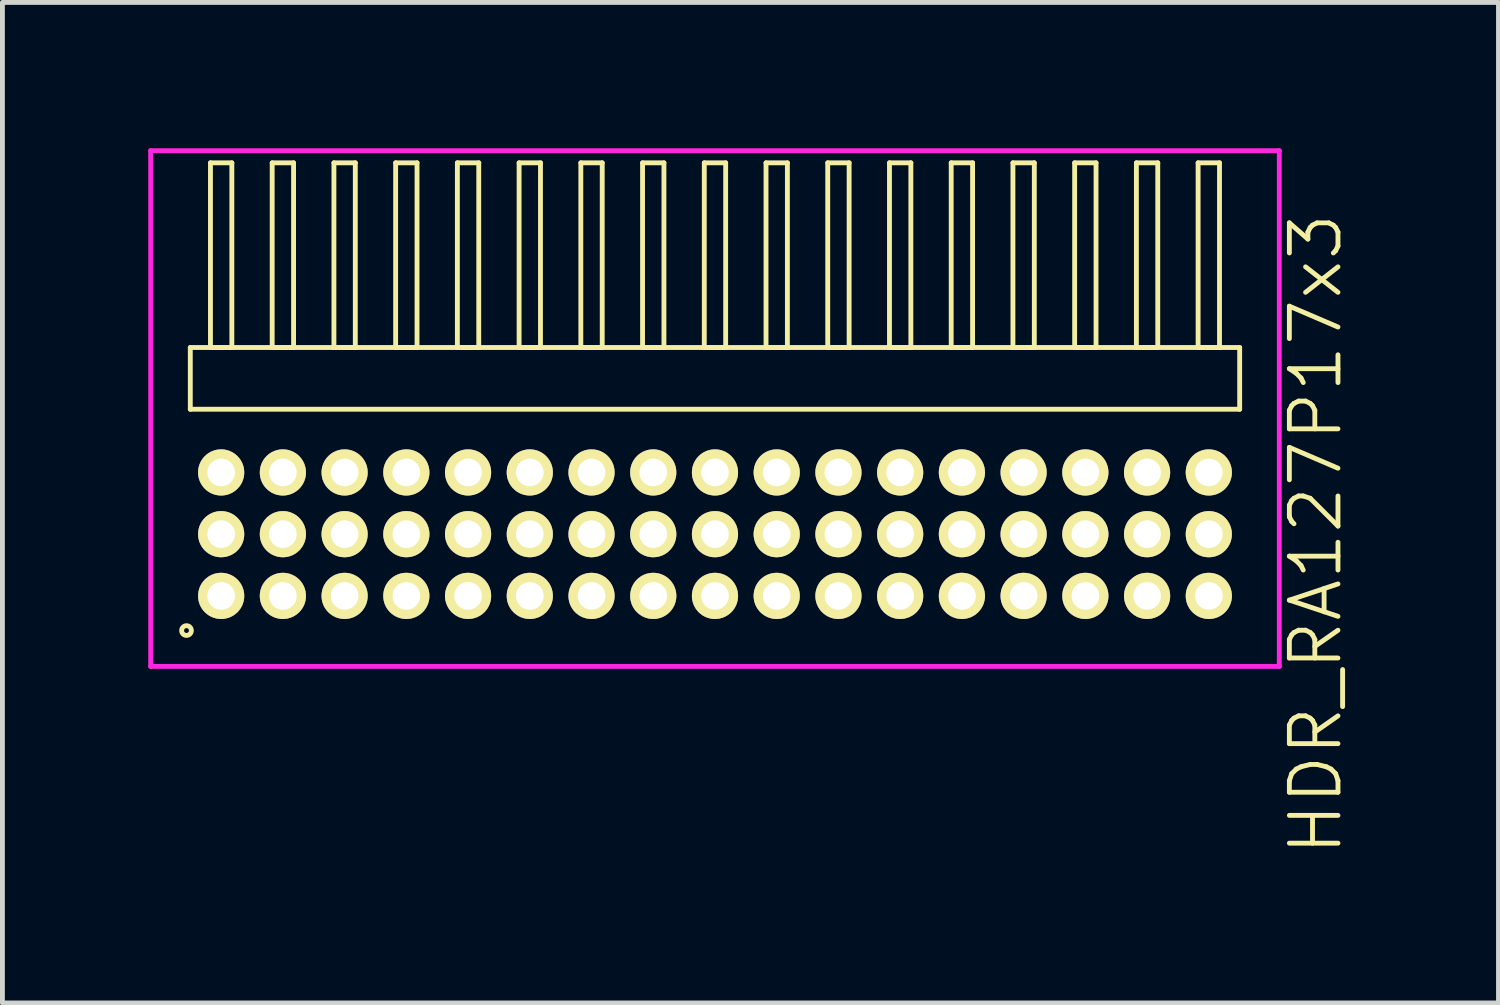
<source format=kicad_pcb>
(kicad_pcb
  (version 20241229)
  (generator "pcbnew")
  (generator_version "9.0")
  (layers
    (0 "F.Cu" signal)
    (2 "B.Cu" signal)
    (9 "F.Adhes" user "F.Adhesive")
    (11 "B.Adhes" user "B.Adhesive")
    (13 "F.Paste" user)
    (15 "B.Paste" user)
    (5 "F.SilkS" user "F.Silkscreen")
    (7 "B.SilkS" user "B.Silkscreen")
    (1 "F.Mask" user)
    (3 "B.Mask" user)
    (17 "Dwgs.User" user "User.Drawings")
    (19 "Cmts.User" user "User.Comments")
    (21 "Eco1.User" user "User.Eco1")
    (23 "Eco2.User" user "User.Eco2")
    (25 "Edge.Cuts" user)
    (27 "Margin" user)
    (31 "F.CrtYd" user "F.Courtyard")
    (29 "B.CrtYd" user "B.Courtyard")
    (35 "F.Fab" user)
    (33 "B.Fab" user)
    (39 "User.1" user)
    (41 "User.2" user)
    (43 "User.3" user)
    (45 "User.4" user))
  (footprint "HDR_RA127P17x3"
    (layer "F.Cu")
    (at 11.66 7.94)
    (property "Reference" "HDR_RA127P17x3" (at 12.36 0 90) (layer "F.SilkS") (effects (font (size 1 1) (thickness 0.1))))
    (attr through_hole)
    (fp_line (start -10.795 -3.84) (end -10.795 -2.57) (stroke (width 0.1) (type solid)) (layer "F.SilkS"))
    (fp_line (start -10.795 -2.57) (end 10.795 -2.57) (stroke (width 0.1) (type solid)) (layer "F.SilkS"))
    (fp_line (start -10.38 -7.64) (end -10.38 -3.84) (stroke (width 0.1) (type solid)) (layer "F.SilkS"))
    (fp_line (start -10.38 -3.84) (end -9.94 -3.84) (stroke (width 0.1) (type solid)) (layer "F.SilkS"))
    (fp_line (start -9.94 -7.64) (end -10.38 -7.64) (stroke (width 0.1) (type solid)) (layer "F.SilkS"))
    (fp_line (start -9.94 -3.84) (end -9.94 -7.64) (stroke (width 0.1) (type solid)) (layer "F.SilkS"))
    (fp_line (start -9.11 -7.64) (end -9.11 -3.84) (stroke (width 0.1) (type solid)) (layer "F.SilkS"))
    (fp_line (start -9.11 -3.84) (end -8.67 -3.84) (stroke (width 0.1) (type solid)) (layer "F.SilkS"))
    (fp_line (start -8.67 -7.64) (end -9.11 -7.64) (stroke (width 0.1) (type solid)) (layer "F.SilkS"))
    (fp_line (start -8.67 -3.84) (end -8.67 -7.64) (stroke (width 0.1) (type solid)) (layer "F.SilkS"))
    (fp_line (start -7.84 -7.64) (end -7.84 -3.84) (stroke (width 0.1) (type solid)) (layer "F.SilkS"))
    (fp_line (start -7.84 -3.84) (end -7.4 -3.84) (stroke (width 0.1) (type solid)) (layer "F.SilkS"))
    (fp_line (start -7.4 -7.64) (end -7.84 -7.64) (stroke (width 0.1) (type solid)) (layer "F.SilkS"))
    (fp_line (start -7.4 -3.84) (end -7.4 -7.64) (stroke (width 0.1) (type solid)) (layer "F.SilkS"))
    (fp_line (start -6.57 -7.64) (end -6.57 -3.84) (stroke (width 0.1) (type solid)) (layer "F.SilkS"))
    (fp_line (start -6.57 -3.84) (end -6.13 -3.84) (stroke (width 0.1) (type solid)) (layer "F.SilkS"))
    (fp_line (start -6.13 -7.64) (end -6.57 -7.64) (stroke (width 0.1) (type solid)) (layer "F.SilkS"))
    (fp_line (start -6.13 -3.84) (end -6.13 -7.64) (stroke (width 0.1) (type solid)) (layer "F.SilkS"))
    (fp_line (start -5.3 -7.64) (end -5.3 -3.84) (stroke (width 0.1) (type solid)) (layer "F.SilkS"))
    (fp_line (start -5.3 -3.84) (end -4.86 -3.84) (stroke (width 0.1) (type solid)) (layer "F.SilkS"))
    (fp_line (start -4.86 -7.64) (end -5.3 -7.64) (stroke (width 0.1) (type solid)) (layer "F.SilkS"))
    (fp_line (start -4.86 -3.84) (end -4.86 -7.64) (stroke (width 0.1) (type solid)) (layer "F.SilkS"))
    (fp_line (start -4.03 -7.64) (end -4.03 -3.84) (stroke (width 0.1) (type solid)) (layer "F.SilkS"))
    (fp_line (start -4.03 -3.84) (end -3.59 -3.84) (stroke (width 0.1) (type solid)) (layer "F.SilkS"))
    (fp_line (start -3.59 -7.64) (end -4.03 -7.64) (stroke (width 0.1) (type solid)) (layer "F.SilkS"))
    (fp_line (start -3.59 -3.84) (end -3.59 -7.64) (stroke (width 0.1) (type solid)) (layer "F.SilkS"))
    (fp_line (start -2.76 -7.64) (end -2.76 -3.84) (stroke (width 0.1) (type solid)) (layer "F.SilkS"))
    (fp_line (start -2.76 -3.84) (end -2.32 -3.84) (stroke (width 0.1) (type solid)) (layer "F.SilkS"))
    (fp_line (start -2.32 -7.64) (end -2.76 -7.64) (stroke (width 0.1) (type solid)) (layer "F.SilkS"))
    (fp_line (start -2.32 -3.84) (end -2.32 -7.64) (stroke (width 0.1) (type solid)) (layer "F.SilkS"))
    (fp_line (start -1.49 -7.64) (end -1.49 -3.84) (stroke (width 0.1) (type solid)) (layer "F.SilkS"))
    (fp_line (start -1.49 -3.84) (end -1.05 -3.84) (stroke (width 0.1) (type solid)) (layer "F.SilkS"))
    (fp_line (start -1.05 -7.64) (end -1.49 -7.64) (stroke (width 0.1) (type solid)) (layer "F.SilkS"))
    (fp_line (start -1.05 -3.84) (end -1.05 -7.64) (stroke (width 0.1) (type solid)) (layer "F.SilkS"))
    (fp_line (start -0.22 -7.64) (end -0.22 -3.84) (stroke (width 0.1) (type solid)) (layer "F.SilkS"))
    (fp_line (start -0.22 -3.84) (end 0.22 -3.84) (stroke (width 0.1) (type solid)) (layer "F.SilkS"))
    (fp_line (start 0.22 -7.64) (end -0.22 -7.64) (stroke (width 0.1) (type solid)) (layer "F.SilkS"))
    (fp_line (start 0.22 -3.84) (end 0.22 -7.64) (stroke (width 0.1) (type solid)) (layer "F.SilkS"))
    (fp_line (start 1.05 -7.64) (end 1.05 -3.84) (stroke (width 0.1) (type solid)) (layer "F.SilkS"))
    (fp_line (start 1.05 -3.84) (end 1.49 -3.84) (stroke (width 0.1) (type solid)) (layer "F.SilkS"))
    (fp_line (start 1.49 -7.64) (end 1.05 -7.64) (stroke (width 0.1) (type solid)) (layer "F.SilkS"))
    (fp_line (start 1.49 -3.84) (end 1.49 -7.64) (stroke (width 0.1) (type solid)) (layer "F.SilkS"))
    (fp_line (start 2.32 -7.64) (end 2.32 -3.84) (stroke (width 0.1) (type solid)) (layer "F.SilkS"))
    (fp_line (start 2.32 -3.84) (end 2.76 -3.84) (stroke (width 0.1) (type solid)) (layer "F.SilkS"))
    (fp_line (start 2.76 -7.64) (end 2.32 -7.64) (stroke (width 0.1) (type solid)) (layer "F.SilkS"))
    (fp_line (start 2.76 -3.84) (end 2.76 -7.64) (stroke (width 0.1) (type solid)) (layer "F.SilkS"))
    (fp_line (start 3.59 -7.64) (end 3.59 -3.84) (stroke (width 0.1) (type solid)) (layer "F.SilkS"))
    (fp_line (start 3.59 -3.84) (end 4.03 -3.84) (stroke (width 0.1) (type solid)) (layer "F.SilkS"))
    (fp_line (start 4.03 -7.64) (end 3.59 -7.64) (stroke (width 0.1) (type solid)) (layer "F.SilkS"))
    (fp_line (start 4.03 -3.84) (end 4.03 -7.64) (stroke (width 0.1) (type solid)) (layer "F.SilkS"))
    (fp_line (start 4.86 -7.64) (end 4.86 -3.84) (stroke (width 0.1) (type solid)) (layer "F.SilkS"))
    (fp_line (start 4.86 -3.84) (end 5.3 -3.84) (stroke (width 0.1) (type solid)) (layer "F.SilkS"))
    (fp_line (start 5.3 -7.64) (end 4.86 -7.64) (stroke (width 0.1) (type solid)) (layer "F.SilkS"))
    (fp_line (start 5.3 -3.84) (end 5.3 -7.64) (stroke (width 0.1) (type solid)) (layer "F.SilkS"))
    (fp_line (start 6.13 -7.64) (end 6.13 -3.84) (stroke (width 0.1) (type solid)) (layer "F.SilkS"))
    (fp_line (start 6.13 -3.84) (end 6.57 -3.84) (stroke (width 0.1) (type solid)) (layer "F.SilkS"))
    (fp_line (start 6.57 -7.64) (end 6.13 -7.64) (stroke (width 0.1) (type solid)) (layer "F.SilkS"))
    (fp_line (start 6.57 -3.84) (end 6.57 -7.64) (stroke (width 0.1) (type solid)) (layer "F.SilkS"))
    (fp_line (start 7.4 -7.64) (end 7.4 -3.84) (stroke (width 0.1) (type solid)) (layer "F.SilkS"))
    (fp_line (start 7.4 -3.84) (end 7.84 -3.84) (stroke (width 0.1) (type solid)) (layer "F.SilkS"))
    (fp_line (start 7.84 -7.64) (end 7.4 -7.64) (stroke (width 0.1) (type solid)) (layer "F.SilkS"))
    (fp_line (start 7.84 -3.84) (end 7.84 -7.64) (stroke (width 0.1) (type solid)) (layer "F.SilkS"))
    (fp_line (start 8.67 -7.64) (end 8.67 -3.84) (stroke (width 0.1) (type solid)) (layer "F.SilkS"))
    (fp_line (start 8.67 -3.84) (end 9.11 -3.84) (stroke (width 0.1) (type solid)) (layer "F.SilkS"))
    (fp_line (start 9.11 -7.64) (end 8.67 -7.64) (stroke (width 0.1) (type solid)) (layer "F.SilkS"))
    (fp_line (start 9.11 -3.84) (end 9.11 -7.64) (stroke (width 0.1) (type solid)) (layer "F.SilkS"))
    (fp_line (start 9.94 -7.64) (end 9.94 -3.84) (stroke (width 0.1) (type solid)) (layer "F.SilkS"))
    (fp_line (start 9.94 -3.84) (end 10.38 -3.84) (stroke (width 0.1) (type solid)) (layer "F.SilkS"))
    (fp_line (start 10.38 -7.64) (end 9.94 -7.64) (stroke (width 0.1) (type solid)) (layer "F.SilkS"))
    (fp_line (start 10.38 -3.84) (end 10.38 -7.64) (stroke (width 0.1) (type solid)) (layer "F.SilkS"))
    (fp_line (start 10.795 -3.84) (end -10.795 -3.84) (stroke (width 0.1) (type solid)) (layer "F.SilkS"))
    (fp_line (start 10.795 -2.57) (end 10.795 -3.84) (stroke (width 0.1) (type solid)) (layer "F.SilkS"))
    (fp_circle (center -10.873 1.983) (end -10.773 1.983) (stroke (width 0.1) (type solid)) (fill no) (layer "F.SilkS"))
    (fp_line (start -11.61 -7.89) (end -11.61 2.72) (stroke (width 0.1) (type solid)) (layer "F.CrtYd"))
    (fp_line (start -11.61 2.72) (end 11.61 2.72) (stroke (width 0.1) (type solid)) (layer "F.CrtYd"))
    (fp_line (start 11.61 -7.89) (end -11.61 -7.89) (stroke (width 0.1) (type solid)) (layer "F.CrtYd"))
    (fp_line (start 11.61 2.72) (end 11.61 -7.89) (stroke (width 0.1) (type solid)) (layer "F.CrtYd"))
    (pad "1" thru_hole oval (at -10.16 1.27) (size 0.95 0.95) (drill 0.57) (layers "*.Cu" "*.Mask" "F.SilkS"))
    (pad "2" thru_hole oval (at -10.16 0) (size 0.95 0.95) (drill 0.57) (layers "*.Cu" "*.Mask" "F.SilkS"))
    (pad "3" thru_hole oval (at -10.16 -1.27) (size 0.95 0.95) (drill 0.57) (layers "*.Cu" "*.Mask" "F.SilkS"))
    (pad "4" thru_hole oval (at -8.89 1.27) (size 0.95 0.95) (drill 0.57) (layers "*.Cu" "*.Mask" "F.SilkS"))
    (pad "5" thru_hole oval (at -8.89 0) (size 0.95 0.95) (drill 0.57) (layers "*.Cu" "*.Mask" "F.SilkS"))
    (pad "6" thru_hole oval (at -8.89 -1.27) (size 0.95 0.95) (drill 0.57) (layers "*.Cu" "*.Mask" "F.SilkS"))
    (pad "7" thru_hole oval (at -7.62 1.27) (size 0.95 0.95) (drill 0.57) (layers "*.Cu" "*.Mask" "F.SilkS"))
    (pad "8" thru_hole oval (at -7.62 0) (size 0.95 0.95) (drill 0.57) (layers "*.Cu" "*.Mask" "F.SilkS"))
    (pad "9" thru_hole oval (at -7.62 -1.27) (size 0.95 0.95) (drill 0.57) (layers "*.Cu" "*.Mask" "F.SilkS"))
    (pad "10" thru_hole oval (at -6.35 1.27) (size 0.95 0.95) (drill 0.57) (layers "*.Cu" "*.Mask" "F.SilkS"))
    (pad "11" thru_hole oval (at -6.35 0) (size 0.95 0.95) (drill 0.57) (layers "*.Cu" "*.Mask" "F.SilkS"))
    (pad "12" thru_hole oval (at -6.35 -1.27) (size 0.95 0.95) (drill 0.57) (layers "*.Cu" "*.Mask" "F.SilkS"))
    (pad "13" thru_hole oval (at -5.08 1.27) (size 0.95 0.95) (drill 0.57) (layers "*.Cu" "*.Mask" "F.SilkS"))
    (pad "14" thru_hole oval (at -5.08 0) (size 0.95 0.95) (drill 0.57) (layers "*.Cu" "*.Mask" "F.SilkS"))
    (pad "15" thru_hole oval (at -5.08 -1.27) (size 0.95 0.95) (drill 0.57) (layers "*.Cu" "*.Mask" "F.SilkS"))
    (pad "16" thru_hole oval (at -3.81 1.27) (size 0.95 0.95) (drill 0.57) (layers "*.Cu" "*.Mask" "F.SilkS"))
    (pad "17" thru_hole oval (at -3.81 0) (size 0.95 0.95) (drill 0.57) (layers "*.Cu" "*.Mask" "F.SilkS"))
    (pad "18" thru_hole oval (at -3.81 -1.27) (size 0.95 0.95) (drill 0.57) (layers "*.Cu" "*.Mask" "F.SilkS"))
    (pad "19" thru_hole oval (at -2.54 1.27) (size 0.95 0.95) (drill 0.57) (layers "*.Cu" "*.Mask" "F.SilkS"))
    (pad "20" thru_hole oval (at -2.54 0) (size 0.95 0.95) (drill 0.57) (layers "*.Cu" "*.Mask" "F.SilkS"))
    (pad "21" thru_hole oval (at -2.54 -1.27) (size 0.95 0.95) (drill 0.57) (layers "*.Cu" "*.Mask" "F.SilkS"))
    (pad "22" thru_hole oval (at -1.27 1.27) (size 0.95 0.95) (drill 0.57) (layers "*.Cu" "*.Mask" "F.SilkS"))
    (pad "23" thru_hole oval (at -1.27 0) (size 0.95 0.95) (drill 0.57) (layers "*.Cu" "*.Mask" "F.SilkS"))
    (pad "24" thru_hole oval (at -1.27 -1.27) (size 0.95 0.95) (drill 0.57) (layers "*.Cu" "*.Mask" "F.SilkS"))
    (pad "25" thru_hole oval (at 0 1.27) (size 0.95 0.95) (drill 0.57) (layers "*.Cu" "*.Mask" "F.SilkS"))
    (pad "26" thru_hole oval (at 0 0) (size 0.95 0.95) (drill 0.57) (layers "*.Cu" "*.Mask" "F.SilkS"))
    (pad "27" thru_hole oval (at 0 -1.27) (size 0.95 0.95) (drill 0.57) (layers "*.Cu" "*.Mask" "F.SilkS"))
    (pad "28" thru_hole oval (at 1.27 1.27) (size 0.95 0.95) (drill 0.57) (layers "*.Cu" "*.Mask" "F.SilkS"))
    (pad "29" thru_hole oval (at 1.27 0) (size 0.95 0.95) (drill 0.57) (layers "*.Cu" "*.Mask" "F.SilkS"))
    (pad "30" thru_hole oval (at 1.27 -1.27) (size 0.95 0.95) (drill 0.57) (layers "*.Cu" "*.Mask" "F.SilkS"))
    (pad "31" thru_hole oval (at 2.54 1.27) (size 0.95 0.95) (drill 0.57) (layers "*.Cu" "*.Mask" "F.SilkS"))
    (pad "32" thru_hole oval (at 2.54 0) (size 0.95 0.95) (drill 0.57) (layers "*.Cu" "*.Mask" "F.SilkS"))
    (pad "33" thru_hole oval (at 2.54 -1.27) (size 0.95 0.95) (drill 0.57) (layers "*.Cu" "*.Mask" "F.SilkS"))
    (pad "34" thru_hole oval (at 3.81 1.27) (size 0.95 0.95) (drill 0.57) (layers "*.Cu" "*.Mask" "F.SilkS"))
    (pad "35" thru_hole oval (at 3.81 0) (size 0.95 0.95) (drill 0.57) (layers "*.Cu" "*.Mask" "F.SilkS"))
    (pad "36" thru_hole oval (at 3.81 -1.27) (size 0.95 0.95) (drill 0.57) (layers "*.Cu" "*.Mask" "F.SilkS"))
    (pad "37" thru_hole oval (at 5.08 1.27) (size 0.95 0.95) (drill 0.57) (layers "*.Cu" "*.Mask" "F.SilkS"))
    (pad "38" thru_hole oval (at 5.08 0) (size 0.95 0.95) (drill 0.57) (layers "*.Cu" "*.Mask" "F.SilkS"))
    (pad "39" thru_hole oval (at 5.08 -1.27) (size 0.95 0.95) (drill 0.57) (layers "*.Cu" "*.Mask" "F.SilkS"))
    (pad "40" thru_hole oval (at 6.35 1.27) (size 0.95 0.95) (drill 0.57) (layers "*.Cu" "*.Mask" "F.SilkS"))
    (pad "41" thru_hole oval (at 6.35 0) (size 0.95 0.95) (drill 0.57) (layers "*.Cu" "*.Mask" "F.SilkS"))
    (pad "42" thru_hole oval (at 6.35 -1.27) (size 0.95 0.95) (drill 0.57) (layers "*.Cu" "*.Mask" "F.SilkS"))
    (pad "43" thru_hole oval (at 7.62 1.27) (size 0.95 0.95) (drill 0.57) (layers "*.Cu" "*.Mask" "F.SilkS"))
    (pad "44" thru_hole oval (at 7.62 0) (size 0.95 0.95) (drill 0.57) (layers "*.Cu" "*.Mask" "F.SilkS"))
    (pad "45" thru_hole oval (at 7.62 -1.27) (size 0.95 0.95) (drill 0.57) (layers "*.Cu" "*.Mask" "F.SilkS"))
    (pad "46" thru_hole oval (at 8.89 1.27) (size 0.95 0.95) (drill 0.57) (layers "*.Cu" "*.Mask" "F.SilkS"))
    (pad "47" thru_hole oval (at 8.89 0) (size 0.95 0.95) (drill 0.57) (layers "*.Cu" "*.Mask" "F.SilkS"))
    (pad "48" thru_hole oval (at 8.89 -1.27) (size 0.95 0.95) (drill 0.57) (layers "*.Cu" "*.Mask" "F.SilkS"))
    (pad "49" thru_hole oval (at 10.16 1.27) (size 0.95 0.95) (drill 0.57) (layers "*.Cu" "*.Mask" "F.SilkS"))
    (pad "50" thru_hole oval (at 10.16 0) (size 0.95 0.95) (drill 0.57) (layers "*.Cu" "*.Mask" "F.SilkS"))
    (pad "51" thru_hole oval (at 10.16 -1.27) (size 0.95 0.95) (drill 0.57) (layers "*.Cu" "*.Mask" "F.SilkS")))
  (gr_rect
    (start -3 -3)
    (end 27.78 17.585)
    (stroke (width 0.1) (type default))
    (fill no)
    (layer "Edge.Cuts")))
</source>
